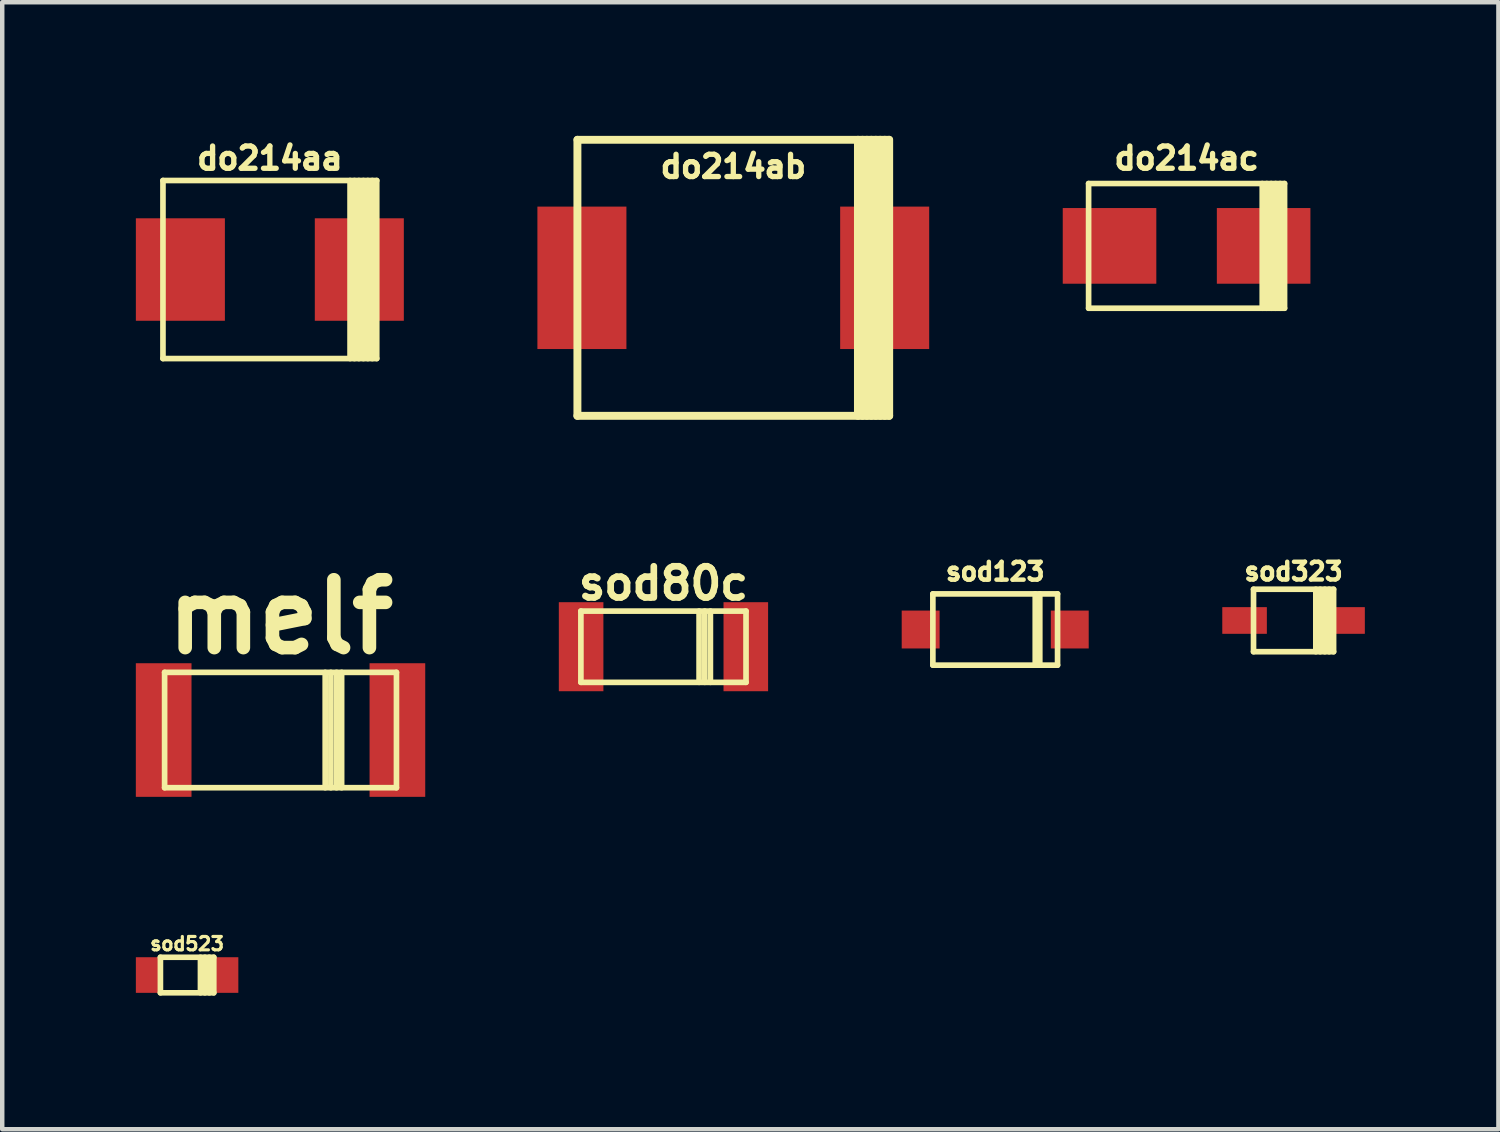
<source format=kicad_pcb>
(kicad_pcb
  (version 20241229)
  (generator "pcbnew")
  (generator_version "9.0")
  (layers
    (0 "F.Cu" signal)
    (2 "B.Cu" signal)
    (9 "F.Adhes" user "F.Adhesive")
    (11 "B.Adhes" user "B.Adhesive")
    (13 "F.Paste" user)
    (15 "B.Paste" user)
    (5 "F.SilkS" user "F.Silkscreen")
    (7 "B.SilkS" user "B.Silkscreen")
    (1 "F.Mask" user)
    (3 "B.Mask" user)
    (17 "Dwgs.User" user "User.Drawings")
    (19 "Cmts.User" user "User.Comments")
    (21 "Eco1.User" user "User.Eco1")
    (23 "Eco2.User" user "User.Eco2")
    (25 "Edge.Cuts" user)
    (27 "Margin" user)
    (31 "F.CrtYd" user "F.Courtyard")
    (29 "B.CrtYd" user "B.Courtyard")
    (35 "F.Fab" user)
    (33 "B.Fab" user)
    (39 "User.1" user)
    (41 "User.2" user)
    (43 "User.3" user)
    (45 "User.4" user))
  (footprint "melf"
    (layer "F.Cu")
    (at 3.249 13.342)
    (property "Reference" "melf" (at 0 -2.54 0) (layer "F.SilkS") (effects (font (size 1.524 1.524) (thickness 0.305))))
    (attr through_hole)
    (fp_line (start -2.603 -1.295) (end -2.603 1.295) (stroke (width 0.127) (type solid)) (layer "F.SilkS"))
    (fp_line (start -2.603 1.295) (end 2.603 1.295) (stroke (width 0.127) (type solid)) (layer "F.SilkS"))
    (fp_line (start 1.003 -1.295) (end 1.003 1.295) (stroke (width 0.127) (type solid)) (layer "F.SilkS"))
    (fp_line (start 1.13 1.295) (end 1.13 -1.295) (stroke (width 0.127) (type solid)) (layer "F.SilkS"))
    (fp_line (start 1.257 -1.295) (end 1.257 1.295) (stroke (width 0.127) (type solid)) (layer "F.SilkS"))
    (fp_line (start 1.372 -1.295) (end 1.372 1.295) (stroke (width 0.127) (type solid)) (layer "F.SilkS"))
    (fp_line (start 2.603 -1.295) (end -2.603 -1.295) (stroke (width 0.127) (type solid)) (layer "F.SilkS"))
    (fp_line (start 2.603 1.295) (end 2.603 -1.295) (stroke (width 0.127) (type solid)) (layer "F.SilkS"))
    (pad "1" smd rect (at -2.624 0) (size 1.25 3) (layers "F.Cu" "F.Mask" "F.Paste"))
    (pad "2" smd rect (at 2.624 0) (size 1.25 3) (layers "F.Cu" "F.Mask" "F.Paste")))
  (footprint "do214ab"
    (layer "F.Cu")
    (at 13.415 3.188)
    (property "Reference" "do214ab" (at 0 -2.499 0) (layer "F.SilkS") (effects (font (size 0.5 0.5) (thickness 0.119))))
    (attr through_hole)
    (fp_line (start -3.5 3.099) (end -3.5 -3.099) (stroke (width 0.178) (type solid)) (layer "F.SilkS"))
    (fp_line (start -3.498 -3.099) (end 3.498 -3.099) (stroke (width 0.178) (type solid)) (layer "F.SilkS"))
    (fp_line (start 2.799 -3.099) (end 2.799 3.099) (stroke (width 0.178) (type solid)) (layer "F.SilkS"))
    (fp_line (start 2.901 3.099) (end 2.901 -3.099) (stroke (width 0.178) (type solid)) (layer "F.SilkS"))
    (fp_line (start 3 -3.099) (end 3 3.099) (stroke (width 0.178) (type solid)) (layer "F.SilkS"))
    (fp_line (start 3.099 3.099) (end 3.099 -3.099) (stroke (width 0.178) (type solid)) (layer "F.SilkS"))
    (fp_line (start 3.2 -3.099) (end 3.2 3.099) (stroke (width 0.178) (type solid)) (layer "F.SilkS"))
    (fp_line (start 3.299 3.099) (end 3.299 -3.099) (stroke (width 0.178) (type solid)) (layer "F.SilkS"))
    (fp_line (start 3.401 -3.099) (end 3.401 3.099) (stroke (width 0.178) (type solid)) (layer "F.SilkS"))
    (fp_line (start 3.5 -3.099) (end 3.5 3.099) (stroke (width 0.178) (type solid)) (layer "F.SilkS"))
    (fp_line (start 3.5 3.099) (end -3.5 3.099) (stroke (width 0.178) (type solid)) (layer "F.SilkS"))
    (pad "1" smd rect (at 3.399 0) (size 1.999 3.198) (layers "F.Cu" "F.Mask" "F.Paste"))
    (pad "2" smd rect (at -3.399 0) (size 1.999 3.198) (layers "F.Cu" "F.Mask" "F.Paste")))
  (footprint "sod523"
    (layer "F.Cu")
    (at 1.151 18.843)
    (property "Reference" "sod523" (at 0 -0.701 0) (layer "F.SilkS") (effects (font (size 0.3 0.3) (thickness 0.071))))
    (attr through_hole)
    (fp_line (start -0.599 -0.399) (end -0.599 0.399) (stroke (width 0.127) (type solid)) (layer "F.SilkS"))
    (fp_line (start -0.599 0.399) (end 0.599 0.399) (stroke (width 0.127) (type solid)) (layer "F.SilkS"))
    (fp_line (start 0.3 -0.399) (end 0.3 0.399) (stroke (width 0.127) (type solid)) (layer "F.SilkS"))
    (fp_line (start 0.399 -0.399) (end 0.399 0.399) (stroke (width 0.127) (type solid)) (layer "F.SilkS"))
    (fp_line (start 0.5 0.399) (end 0.5 -0.399) (stroke (width 0.127) (type solid)) (layer "F.SilkS"))
    (fp_line (start 0.599 -0.399) (end -0.599 -0.399) (stroke (width 0.127) (type solid)) (layer "F.SilkS"))
    (fp_line (start 0.599 0.399) (end 0.599 -0.399) (stroke (width 0.127) (type solid)) (layer "F.SilkS"))
    (pad "1" smd rect (at -0.851 0) (size 0.599 0.8) (layers "F.Cu" "F.Mask" "F.Paste"))
    (pad "2" smd rect (at 0.851 0) (size 0.599 0.8) (layers "F.Cu" "F.Mask" "F.Paste")))
  (footprint "sod123"
    (layer "F.Cu")
    (at 19.296 11.085)
    (property "Reference" "sod123" (at 0 -1.3 0) (layer "F.SilkS") (effects (font (size 0.4 0.4) (thickness 0.1))))
    (attr through_hole)
    (fp_line (start -1.4 -0.8) (end 1.4 -0.8) (stroke (width 0.127) (type solid)) (layer "F.SilkS"))
    (fp_line (start -1.4 0.8) (end -1.4 -0.8) (stroke (width 0.127) (type solid)) (layer "F.SilkS"))
    (fp_line (start 0.899 0.8) (end 0.899 -0.8) (stroke (width 0.127) (type solid)) (layer "F.SilkS"))
    (fp_line (start 1.001 -0.8) (end 1.001 0.8) (stroke (width 0.127) (type solid)) (layer "F.SilkS"))
    (fp_line (start 1.4 -0.8) (end 1.4 0.8) (stroke (width 0.127) (type solid)) (layer "F.SilkS"))
    (fp_line (start 1.4 0.8) (end -1.4 0.8) (stroke (width 0.127) (type solid)) (layer "F.SilkS"))
    (pad "1" smd rect (at 1.674 0) (size 0.851 0.851) (layers "F.Cu" "F.Mask" "F.Paste"))
    (pad "2" smd rect (at -1.674 0) (size 0.851 0.851) (layers "F.Cu" "F.Mask" "F.Paste")))
  (footprint "sod323"
    (layer "F.Cu")
    (at 25.995 10.882)
    (property "Reference" "sod323" (at 0 -1.1 0) (layer "F.SilkS") (effects (font (size 0.399 0.399) (thickness 0.099))))
    (attr through_hole)
    (fp_line (start -0.899 -0.701) (end -0.899 0.701) (stroke (width 0.127) (type solid)) (layer "F.SilkS"))
    (fp_line (start -0.899 0.701) (end 0.899 0.701) (stroke (width 0.127) (type solid)) (layer "F.SilkS"))
    (fp_line (start 0.5 -0.701) (end 0.5 0.701) (stroke (width 0.127) (type solid)) (layer "F.SilkS"))
    (fp_line (start 0.599 -0.701) (end 0.599 0.701) (stroke (width 0.127) (type solid)) (layer "F.SilkS"))
    (fp_line (start 0.701 0.701) (end 0.701 -0.701) (stroke (width 0.127) (type solid)) (layer "F.SilkS"))
    (fp_line (start 0.8 -0.701) (end 0.8 0.701) (stroke (width 0.127) (type solid)) (layer "F.SilkS"))
    (fp_line (start 0.899 -0.701) (end -0.899 -0.701) (stroke (width 0.127) (type solid)) (layer "F.SilkS"))
    (fp_line (start 0.899 0.701) (end 0.899 -0.701) (stroke (width 0.127) (type solid)) (layer "F.SilkS"))
    (pad "1" smd rect (at -1.1 0) (size 1.001 0.599) (layers "F.Cu" "F.Mask" "F.Paste"))
    (pad "2" smd rect (at 1.1 0) (size 1.001 0.599) (layers "F.Cu" "F.Mask" "F.Paste")))
  (footprint "do214ac"
    (layer "F.Cu")
    (at 23.593 2.471)
    (property "Reference" "do214ac" (at 0 -1.968 0) (layer "F.SilkS") (effects (font (size 0.5 0.5) (thickness 0.119))))
    (attr through_hole)
    (fp_line (start -2.2 -1.4) (end -2.2 1.4) (stroke (width 0.127) (type solid)) (layer "F.SilkS"))
    (fp_line (start -2.2 1.4) (end 2.2 1.4) (stroke (width 0.127) (type solid)) (layer "F.SilkS"))
    (fp_line (start 1.699 -1.4) (end 1.699 1.4) (stroke (width 0.127) (type solid)) (layer "F.SilkS"))
    (fp_line (start 1.801 -1.4) (end 1.801 1.4) (stroke (width 0.127) (type solid)) (layer "F.SilkS"))
    (fp_line (start 1.9 1.4) (end 1.9 -1.4) (stroke (width 0.127) (type solid)) (layer "F.SilkS"))
    (fp_line (start 1.999 -1.4) (end 1.999 1.4) (stroke (width 0.127) (type solid)) (layer "F.SilkS"))
    (fp_line (start 2.101 1.4) (end 2.101 -1.4) (stroke (width 0.127) (type solid)) (layer "F.SilkS"))
    (fp_line (start 2.2 -1.4) (end -2.2 -1.4) (stroke (width 0.127) (type solid)) (layer "F.SilkS"))
    (fp_line (start 2.2 1.4) (end 2.2 -1.4) (stroke (width 0.127) (type solid)) (layer "F.SilkS"))
    (pad "1" smd rect (at -1.73 0) (size 2.101 1.699) (layers "F.Cu" "F.Mask" "F.Paste"))
    (pad "2" smd rect (at 1.73 0) (size 2.101 1.699) (layers "F.Cu" "F.Mask" "F.Paste")))
  (footprint "do214aa"
    (layer "F.Cu")
    (at 3.009 3.002)
    (property "Reference" "do214aa" (at 0 -2.499 0) (layer "F.SilkS") (effects (font (size 0.5 0.5) (thickness 0.119))))
    (attr through_hole)
    (fp_line (start -2.4 -1.999) (end 2.4 -1.999) (stroke (width 0.127) (type solid)) (layer "F.SilkS"))
    (fp_line (start -2.4 1.999) (end -2.4 -1.999) (stroke (width 0.127) (type solid)) (layer "F.SilkS"))
    (fp_line (start 1.801 -1.999) (end 1.801 1.999) (stroke (width 0.127) (type solid)) (layer "F.SilkS"))
    (fp_line (start 1.9 -1.999) (end 1.9 1.999) (stroke (width 0.127) (type solid)) (layer "F.SilkS"))
    (fp_line (start 1.999 1.999) (end 1.999 -1.999) (stroke (width 0.127) (type solid)) (layer "F.SilkS"))
    (fp_line (start 2.101 -1.999) (end 2.101 1.999) (stroke (width 0.127) (type solid)) (layer "F.SilkS"))
    (fp_line (start 2.2 1.999) (end 2.2 -1.999) (stroke (width 0.127) (type solid)) (layer "F.SilkS"))
    (fp_line (start 2.301 -1.999) (end 2.301 1.999) (stroke (width 0.127) (type solid)) (layer "F.SilkS"))
    (fp_line (start 2.4 -1.999) (end 2.4 1.999) (stroke (width 0.127) (type solid)) (layer "F.SilkS"))
    (fp_line (start 2.4 1.999) (end -2.4 1.999) (stroke (width 0.127) (type solid)) (layer "F.SilkS"))
    (pad "1" smd rect (at -2.009 0) (size 1.999 2.301) (layers "F.Cu" "F.Mask" "F.Paste"))
    (pad "2" smd rect (at 2.009 0) (size 1.999 2.301) (layers "F.Cu" "F.Mask" "F.Paste")))
  (footprint "sod80c"
    (layer "F.Cu")
    (at 11.847 11.471)
    (property "Reference" "sod80c" (at 0 -1.422 0) (layer "F.SilkS") (effects (font (size 0.701 0.701) (thickness 0.15))))
    (attr through_hole)
    (fp_line (start -1.854 -0.8) (end -1.854 0.8) (stroke (width 0.127) (type solid)) (layer "F.SilkS"))
    (fp_line (start -1.854 0.8) (end 1.854 0.8) (stroke (width 0.127) (type solid)) (layer "F.SilkS"))
    (fp_line (start 0.8 -0.8) (end 0.8 0.8) (stroke (width 0.127) (type solid)) (layer "F.SilkS"))
    (fp_line (start 0.927 0.8) (end 0.927 -0.8) (stroke (width 0.127) (type solid)) (layer "F.SilkS"))
    (fp_line (start 1.054 -0.8) (end 1.054 0.8) (stroke (width 0.127) (type solid)) (layer "F.SilkS"))
    (fp_line (start 1.854 -0.8) (end -1.854 -0.8) (stroke (width 0.127) (type solid)) (layer "F.SilkS"))
    (fp_line (start 1.854 0.8) (end 1.854 -0.8) (stroke (width 0.127) (type solid)) (layer "F.SilkS"))
    (pad "1" smd rect (at -1.849 0) (size 1.001 1.999) (layers "F.Cu" "F.Mask" "F.Paste"))
    (pad "2" smd rect (at 1.849 0) (size 1.001 1.999) (layers "F.Cu" "F.Mask" "F.Paste")))
  (gr_rect
    (start -3 -3)
    (end 30.595 22.305)
    (stroke (width 0.1) (type default))
    (fill no)
    (layer "Edge.Cuts")))
</source>
